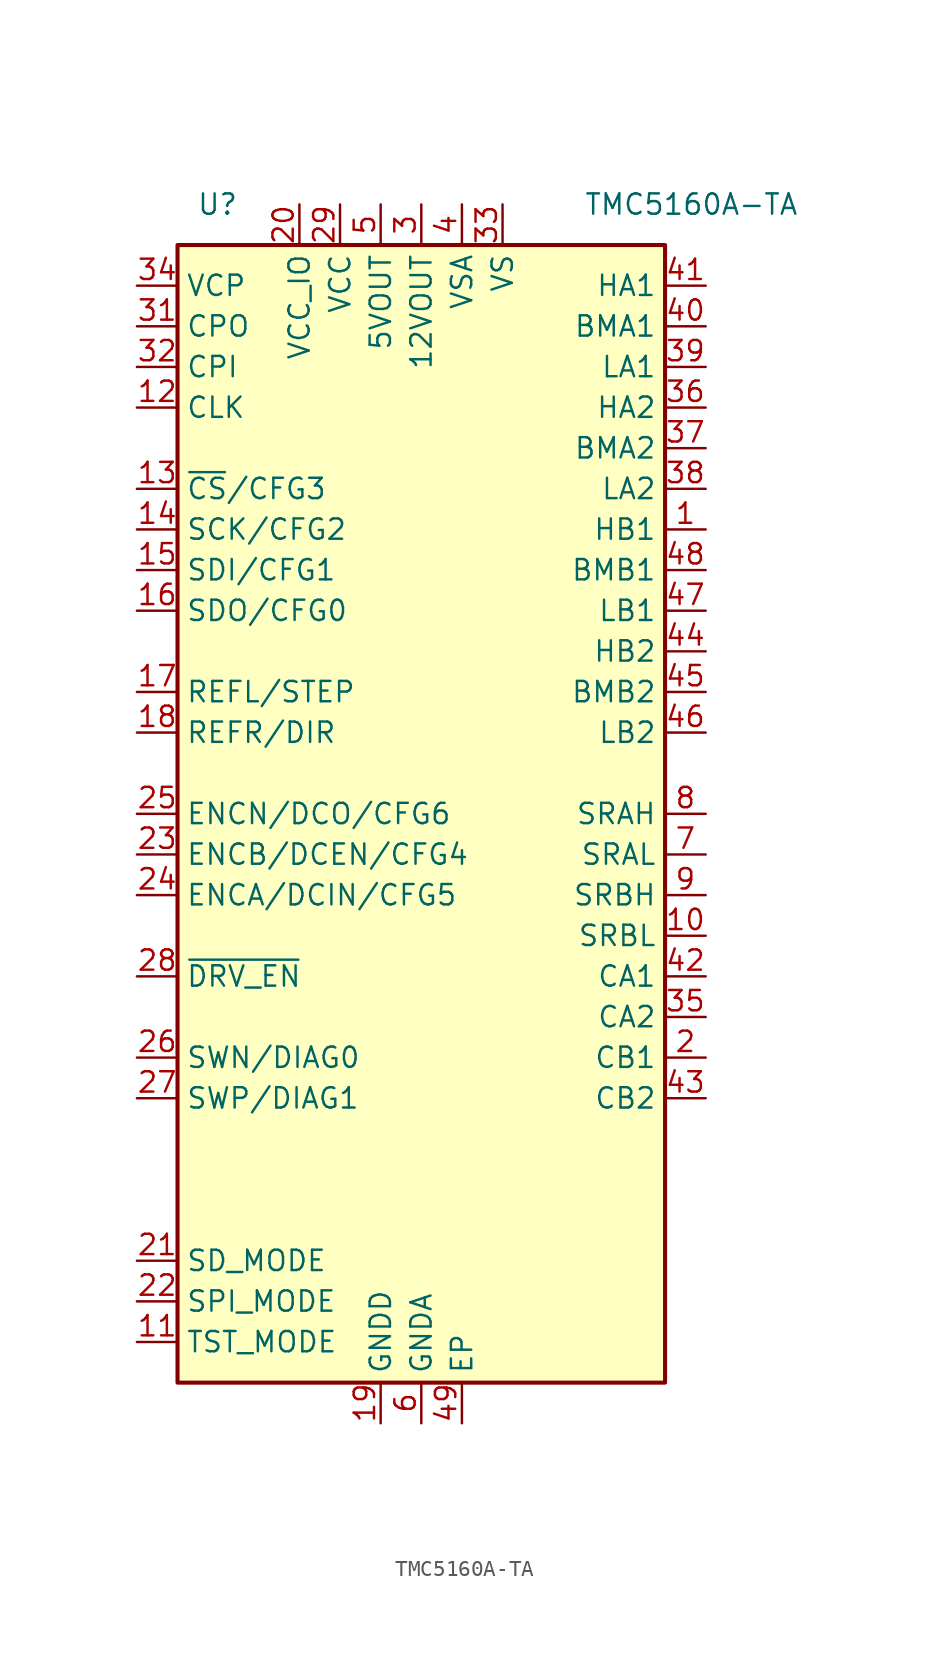
<source format=kicad_sym>
(kicad_symbol_lib
  (version 20211014)
  (generator kicad_symbol_editor)
  (symbol "TMC5160A-TA"
    (property "Reference" "U"
      (at -11.43 38.1 0)
      (effects (font (size 1.27 1.27)) (justify right)))
    (property "Value" "TMC5160A-TA"
      (at 10.16 38.1 0)
      (effects (font (size 1.27 1.27)) (justify left)))
    (symbol "TMC5160A-TA_1_0"
      (rectangle (start -15.24 -35.56) (end 15.24 35.56) (stroke (width 0.254) (type default) (color 0 0 0 0)) (fill (type background))))
    (symbol "TMC5160A-TA_1_1"
      (pin output line (at 17.78 17.78 180) (length 2.54) (name "HB1" (effects (font (size 1.27 1.27)))) (number "1" (effects (font (size 1.27 1.27)))))
      (pin passive line (at 17.78 -7.62 180) (length 2.54) (name "SRBL" (effects (font (size 1.27 1.27)))) (number "10" (effects (font (size 1.27 1.27)))))
      (pin input line (at -17.78 -33.02 0) (length 2.54) (name "TST_MODE" (effects (font (size 1.27 1.27)))) (number "11" (effects (font (size 1.27 1.27)))))
      (pin input line (at -17.78 25.4 0) (length 2.54) (name "CLK" (effects (font (size 1.27 1.27)))) (number "12" (effects (font (size 1.27 1.27)))))
      (pin input line (at -17.78 20.32 0) (length 2.54) (name "~{CS}/CFG3" (effects (font (size 1.27 1.27)))) (number "13" (effects (font (size 1.27 1.27)))))
      (pin input line (at -17.78 17.78 0) (length 2.54) (name "SCK/CFG2" (effects (font (size 1.27 1.27)))) (number "14" (effects (font (size 1.27 1.27)))))
      (pin input line (at -17.78 15.24 0) (length 2.54) (name "SDI/CFG1" (effects (font (size 1.27 1.27)))) (number "15" (effects (font (size 1.27 1.27)))))
      (pin bidirectional line (at -17.78 12.7 0) (length 2.54) (name "SDO/CFG0" (effects (font (size 1.27 1.27)))) (number "16" (effects (font (size 1.27 1.27)))))
      (pin input line (at -17.78 7.62 0) (length 2.54) (name "REFL/STEP" (effects (font (size 1.27 1.27)))) (number "17" (effects (font (size 1.27 1.27)))))
      (pin input line (at -17.78 5.08 0) (length 2.54) (name "REFR/DIR" (effects (font (size 1.27 1.27)))) (number "18" (effects (font (size 1.27 1.27)))))
      (pin power_in line (at -2.54 -38.1 90) (length 2.54) (name "GNDD" (effects (font (size 1.27 1.27)))) (number "19" (effects (font (size 1.27 1.27)))))
      (pin passive line (at 17.78 -15.24 180) (length 2.54) (name "CB1" (effects (font (size 1.27 1.27)))) (number "2" (effects (font (size 1.27 1.27)))))
      (pin power_in line (at -7.62 38.1 270) (length 2.54) (name "VCC_IO" (effects (font (size 1.27 1.27)))) (number "20" (effects (font (size 1.27 1.27)))))
      (pin input line (at -17.78 -27.94 0) (length 2.54) (name "SD_MODE" (effects (font (size 1.27 1.27)))) (number "21" (effects (font (size 1.27 1.27)))))
      (pin input line (at -17.78 -30.48 0) (length 2.54) (name "SPI_MODE" (effects (font (size 1.27 1.27)))) (number "22" (effects (font (size 1.27 1.27)))))
      (pin input line (at -17.78 -2.54 0) (length 2.54) (name "ENCB/DCEN/CFG4" (effects (font (size 1.27 1.27)))) (number "23" (effects (font (size 1.27 1.27)))))
      (pin input line (at -17.78 -5.08 0) (length 2.54) (name "ENCA/DCIN/CFG5" (effects (font (size 1.27 1.27)))) (number "24" (effects (font (size 1.27 1.27)))))
      (pin bidirectional line (at -17.78 0 0) (length 2.54) (name "ENCN/DCO/CFG6" (effects (font (size 1.27 1.27)))) (number "25" (effects (font (size 1.27 1.27)))))
      (pin bidirectional line (at -17.78 -15.24 0) (length 2.54) (name "SWN/DIAG0" (effects (font (size 1.27 1.27)))) (number "26" (effects (font (size 1.27 1.27)))))
      (pin bidirectional line (at -17.78 -17.78 0) (length 2.54) (name "SWP/DIAG1" (effects (font (size 1.27 1.27)))) (number "27" (effects (font (size 1.27 1.27)))))
      (pin input line (at -17.78 -10.16 0) (length 2.54) (name "~{DRV_EN}" (effects (font (size 1.27 1.27)))) (number "28" (effects (font (size 1.27 1.27)))))
      (pin power_in line (at -5.08 38.1 270) (length 2.54) (name "VCC" (effects (font (size 1.27 1.27)))) (number "29" (effects (font (size 1.27 1.27)))))
      (pin power_out line (at 0 38.1 270) (length 2.54) (name "12VOUT" (effects (font (size 1.27 1.27)))) (number "3" (effects (font (size 1.27 1.27)))))
      (pin passive line (at -2.54 -38.1 90) (length 2.54) hide (name "GNDD" (effects (font (size 1.27 1.27)))) (number "30" (effects (font (size 1.27 1.27)))))
      (pin passive line (at -17.78 30.48 0) (length 2.54) (name "CPO" (effects (font (size 1.27 1.27)))) (number "31" (effects (font (size 1.27 1.27)))))
      (pin passive line (at -17.78 27.94 0) (length 2.54) (name "CPI" (effects (font (size 1.27 1.27)))) (number "32" (effects (font (size 1.27 1.27)))))
      (pin power_in line (at 5.08 38.1 270) (length 2.54) (name "VS" (effects (font (size 1.27 1.27)))) (number "33" (effects (font (size 1.27 1.27)))))
      (pin passive line (at -17.78 33.02 0) (length 2.54) (name "VCP" (effects (font (size 1.27 1.27)))) (number "34" (effects (font (size 1.27 1.27)))))
      (pin passive line (at 17.78 -12.7 180) (length 2.54) (name "CA2" (effects (font (size 1.27 1.27)))) (number "35" (effects (font (size 1.27 1.27)))))
      (pin output line (at 17.78 25.4 180) (length 2.54) (name "HA2" (effects (font (size 1.27 1.27)))) (number "36" (effects (font (size 1.27 1.27)))))
      (pin passive line (at 17.78 22.86 180) (length 2.54) (name "BMA2" (effects (font (size 1.27 1.27)))) (number "37" (effects (font (size 1.27 1.27)))))
      (pin output line (at 17.78 20.32 180) (length 2.54) (name "LA2" (effects (font (size 1.27 1.27)))) (number "38" (effects (font (size 1.27 1.27)))))
      (pin output line (at 17.78 27.94 180) (length 2.54) (name "LA1" (effects (font (size 1.27 1.27)))) (number "39" (effects (font (size 1.27 1.27)))))
      (pin power_in line (at 2.54 38.1 270) (length 2.54) (name "VSA" (effects (font (size 1.27 1.27)))) (number "4" (effects (font (size 1.27 1.27)))))
      (pin passive line (at 17.78 30.48 180) (length 2.54) (name "BMA1" (effects (font (size 1.27 1.27)))) (number "40" (effects (font (size 1.27 1.27)))))
      (pin output line (at 17.78 33.02 180) (length 2.54) (name "HA1" (effects (font (size 1.27 1.27)))) (number "41" (effects (font (size 1.27 1.27)))))
      (pin passive line (at 17.78 -10.16 180) (length 2.54) (name "CA1" (effects (font (size 1.27 1.27)))) (number "42" (effects (font (size 1.27 1.27)))))
      (pin passive line (at 17.78 -17.78 180) (length 2.54) (name "CB2" (effects (font (size 1.27 1.27)))) (number "43" (effects (font (size 1.27 1.27)))))
      (pin output line (at 17.78 10.16 180) (length 2.54) (name "HB2" (effects (font (size 1.27 1.27)))) (number "44" (effects (font (size 1.27 1.27)))))
      (pin passive line (at 17.78 7.62 180) (length 2.54) (name "BMB2" (effects (font (size 1.27 1.27)))) (number "45" (effects (font (size 1.27 1.27)))))
      (pin output line (at 17.78 5.08 180) (length 2.54) (name "LB2" (effects (font (size 1.27 1.27)))) (number "46" (effects (font (size 1.27 1.27)))))
      (pin output line (at 17.78 12.7 180) (length 2.54) (name "LB1" (effects (font (size 1.27 1.27)))) (number "47" (effects (font (size 1.27 1.27)))))
      (pin passive line (at 17.78 15.24 180) (length 2.54) (name "BMB1" (effects (font (size 1.27 1.27)))) (number "48" (effects (font (size 1.27 1.27)))))
      (pin power_in line (at 2.54 -38.1 90) (length 2.54) (name "EP" (effects (font (size 1.27 1.27)))) (number "49" (effects (font (size 1.27 1.27)))))
      (pin power_out line (at -2.54 38.1 270) (length 2.54) (name "5VOUT" (effects (font (size 1.27 1.27)))) (number "5" (effects (font (size 1.27 1.27)))))
      (pin power_in line (at 0 -38.1 90) (length 2.54) (name "GNDA" (effects (font (size 1.27 1.27)))) (number "6" (effects (font (size 1.27 1.27)))))
      (pin passive line (at 17.78 -2.54 180) (length 2.54) (name "SRAL" (effects (font (size 1.27 1.27)))) (number "7" (effects (font (size 1.27 1.27)))))
      (pin passive line (at 17.78 0 180) (length 2.54) (name "SRAH" (effects (font (size 1.27 1.27)))) (number "8" (effects (font (size 1.27 1.27)))))
      (pin passive line (at 17.78 -5.08 180) (length 2.54) (name "SRBH" (effects (font (size 1.27 1.27)))) (number "9" (effects (font (size 1.27 1.27))))))))
</source>
